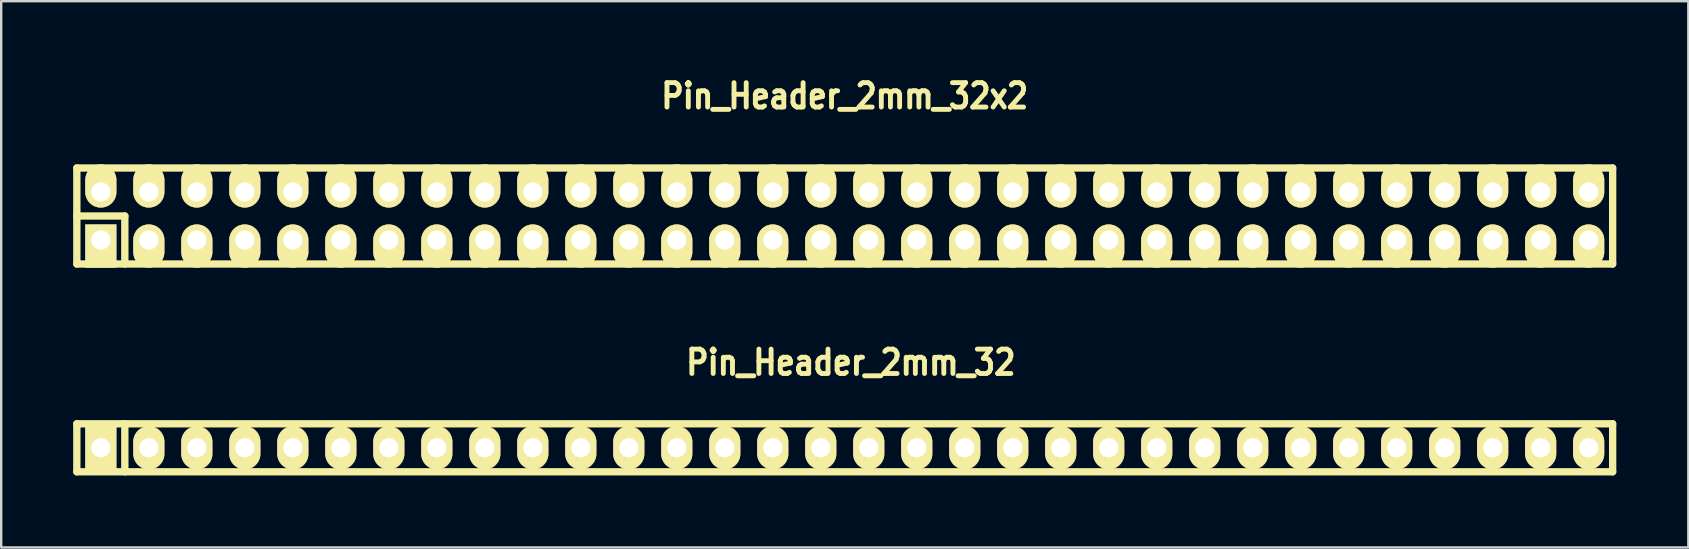
<source format=kicad_pcb>
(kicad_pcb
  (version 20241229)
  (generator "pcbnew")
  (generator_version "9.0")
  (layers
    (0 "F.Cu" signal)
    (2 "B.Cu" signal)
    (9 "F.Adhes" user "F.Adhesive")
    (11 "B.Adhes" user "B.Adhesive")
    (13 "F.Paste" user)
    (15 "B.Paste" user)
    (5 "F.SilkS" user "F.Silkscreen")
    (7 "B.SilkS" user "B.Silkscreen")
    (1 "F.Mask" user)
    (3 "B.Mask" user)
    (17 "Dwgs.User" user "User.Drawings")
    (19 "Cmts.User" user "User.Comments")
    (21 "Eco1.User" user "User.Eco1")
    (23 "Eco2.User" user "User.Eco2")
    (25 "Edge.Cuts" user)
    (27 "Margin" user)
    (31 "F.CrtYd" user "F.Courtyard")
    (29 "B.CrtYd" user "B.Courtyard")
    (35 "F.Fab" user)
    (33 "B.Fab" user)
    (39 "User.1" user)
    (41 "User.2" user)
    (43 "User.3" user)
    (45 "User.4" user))
  (footprint "Pin_Header_2mm_32"
    (layer "F.Cu")
    (at 32.152 15.61)
    (property "Reference" "Pin_Header_2mm_32" (at 0.254 -3.556 0) (layer "F.SilkS") (effects (font (size 1.016 0.889) (thickness 0.203))))
    (attr through_hole)
    (fp_line (start -32 -1) (end 32 -1) (stroke (width 0.305) (type solid)) (layer "F.SilkS"))
    (fp_line (start -32 1) (end -32 -1) (stroke (width 0.305) (type solid)) (layer "F.SilkS"))
    (fp_line (start -30 -1) (end -30 1) (stroke (width 0.305) (type solid)) (layer "F.SilkS"))
    (fp_line (start 32 -1) (end 32 1) (stroke (width 0.305) (type solid)) (layer "F.SilkS"))
    (fp_line (start 32 1) (end -32 1) (stroke (width 0.305) (type solid)) (layer "F.SilkS"))
    (pad "1" thru_hole rect (at -31 0) (size 1.3 1.8) (drill 0.8) (layers "*.Cu" "*.Mask" "F.SilkS"))
    (pad "2" thru_hole oval (at -29 0) (size 1.3 1.8) (drill 0.8) (layers "*.Cu" "*.Mask" "F.SilkS"))
    (pad "3" thru_hole oval (at -27 0) (size 1.3 1.8) (drill 0.8) (layers "*.Cu" "*.Mask" "F.SilkS"))
    (pad "4" thru_hole oval (at -25 0) (size 1.3 1.8) (drill 0.8) (layers "*.Cu" "*.Mask" "F.SilkS"))
    (pad "5" thru_hole oval (at -23 0) (size 1.3 1.8) (drill 0.8) (layers "*.Cu" "*.Mask" "F.SilkS"))
    (pad "6" thru_hole oval (at -21 0) (size 1.3 1.8) (drill 0.8) (layers "*.Cu" "*.Mask" "F.SilkS"))
    (pad "7" thru_hole oval (at -19 0) (size 1.3 1.8) (drill 0.8) (layers "*.Cu" "*.Mask" "F.SilkS"))
    (pad "8" thru_hole oval (at -17 0) (size 1.3 1.8) (drill 0.8) (layers "*.Cu" "*.Mask" "F.SilkS"))
    (pad "9" thru_hole oval (at -15 0) (size 1.3 1.8) (drill 0.8) (layers "*.Cu" "*.Mask" "F.SilkS"))
    (pad "10" thru_hole oval (at -13 0) (size 1.3 1.8) (drill 0.8) (layers "*.Cu" "*.Mask" "F.SilkS"))
    (pad "11" thru_hole oval (at -11 0) (size 1.3 1.8) (drill 0.8) (layers "*.Cu" "*.Mask" "F.SilkS"))
    (pad "12" thru_hole oval (at -9 0) (size 1.3 1.8) (drill 0.8) (layers "*.Cu" "*.Mask" "F.SilkS"))
    (pad "13" thru_hole oval (at -7 0) (size 1.3 1.8) (drill 0.8) (layers "*.Cu" "*.Mask" "F.SilkS"))
    (pad "14" thru_hole oval (at -5 0) (size 1.3 1.8) (drill 0.8) (layers "*.Cu" "*.Mask" "F.SilkS"))
    (pad "15" thru_hole oval (at -3 0) (size 1.3 1.8) (drill 0.8) (layers "*.Cu" "*.Mask" "F.SilkS"))
    (pad "16" thru_hole oval (at -1 0) (size 1.3 1.8) (drill 0.8) (layers "*.Cu" "*.Mask" "F.SilkS"))
    (pad "17" thru_hole oval (at 1 0) (size 1.3 1.8) (drill 0.8) (layers "*.Cu" "*.Mask" "F.SilkS"))
    (pad "18" thru_hole oval (at 3 0) (size 1.3 1.8) (drill 0.8) (layers "*.Cu" "*.Mask" "F.SilkS"))
    (pad "19" thru_hole oval (at 5 0) (size 1.3 1.8) (drill 0.8) (layers "*.Cu" "*.Mask" "F.SilkS"))
    (pad "20" thru_hole oval (at 7 0) (size 1.3 1.8) (drill 0.8) (layers "*.Cu" "*.Mask" "F.SilkS"))
    (pad "21" thru_hole oval (at 9 0) (size 1.3 1.8) (drill 0.8) (layers "*.Cu" "*.Mask" "F.SilkS"))
    (pad "22" thru_hole oval (at 11 0) (size 1.3 1.8) (drill 0.8) (layers "*.Cu" "*.Mask" "F.SilkS"))
    (pad "23" thru_hole oval (at 13 0) (size 1.3 1.8) (drill 0.8) (layers "*.Cu" "*.Mask" "F.SilkS"))
    (pad "24" thru_hole oval (at 15 0) (size 1.3 1.8) (drill 0.8) (layers "*.Cu" "*.Mask" "F.SilkS"))
    (pad "25" thru_hole oval (at 17 0) (size 1.3 1.8) (drill 0.8) (layers "*.Cu" "*.Mask" "F.SilkS"))
    (pad "26" thru_hole oval (at 19 0) (size 1.3 1.8) (drill 0.8) (layers "*.Cu" "*.Mask" "F.SilkS"))
    (pad "27" thru_hole oval (at 21 0) (size 1.3 1.8) (drill 0.8) (layers "*.Cu" "*.Mask" "F.SilkS"))
    (pad "28" thru_hole oval (at 23 0) (size 1.3 1.8) (drill 0.8) (layers "*.Cu" "*.Mask" "F.SilkS"))
    (pad "29" thru_hole oval (at 25 0) (size 1.3 1.8) (drill 0.8) (layers "*.Cu" "*.Mask" "F.SilkS"))
    (pad "30" thru_hole oval (at 27 0) (size 1.3 1.8) (drill 0.8) (layers "*.Cu" "*.Mask" "F.SilkS"))
    (pad "31" thru_hole oval (at 29 0) (size 1.3 1.8) (drill 0.8) (layers "*.Cu" "*.Mask" "F.SilkS"))
    (pad "32" thru_hole oval (at 31 0) (size 1.3 1.8) (drill 0.8) (layers "*.Cu" "*.Mask" "F.SilkS")))
  (footprint "Pin_Header_2mm_32x2"
    (layer "F.Cu")
    (at 32.152 5.951)
    (property "Reference" "Pin_Header_2mm_32x2" (at 0 -5 0) (layer "F.SilkS") (effects (font (size 1.016 0.889) (thickness 0.203))))
    (attr through_hole)
    (fp_line (start -32 -2) (end 32 -2) (stroke (width 0.305) (type solid)) (layer "F.SilkS"))
    (fp_line (start -32 0) (end -30 0) (stroke (width 0.305) (type solid)) (layer "F.SilkS"))
    (fp_line (start -32 2) (end -32 -2) (stroke (width 0.305) (type solid)) (layer "F.SilkS"))
    (fp_line (start -30 0) (end -30 2) (stroke (width 0.305) (type solid)) (layer "F.SilkS"))
    (fp_line (start 32 -2) (end 32 2) (stroke (width 0.305) (type solid)) (layer "F.SilkS"))
    (fp_line (start 32 2) (end -32 2) (stroke (width 0.305) (type solid)) (layer "F.SilkS"))
    (pad "1" thru_hole rect (at -31 1) (size 1.3 1.8) (drill 0.8 (offset 0 0.25)) (layers "*.Cu" "*.Mask" "F.SilkS"))
    (pad "2" thru_hole oval (at -31 -1) (size 1.3 1.8) (drill 0.8 (offset 0 -0.25)) (layers "*.Cu" "*.Mask" "F.SilkS"))
    (pad "3" thru_hole oval (at -29 1) (size 1.3 1.8) (drill 0.8 (offset 0 0.25)) (layers "*.Cu" "*.Mask" "F.SilkS"))
    (pad "4" thru_hole oval (at -29 -1) (size 1.3 1.8) (drill 0.8 (offset 0 -0.25)) (layers "*.Cu" "*.Mask" "F.SilkS"))
    (pad "5" thru_hole oval (at -27 1) (size 1.3 1.8) (drill 0.8 (offset 0 0.25)) (layers "*.Cu" "*.Mask" "F.SilkS"))
    (pad "6" thru_hole oval (at -27 -1) (size 1.3 1.8) (drill 0.8 (offset 0 -0.25)) (layers "*.Cu" "*.Mask" "F.SilkS"))
    (pad "7" thru_hole oval (at -25 1) (size 1.3 1.8) (drill 0.8 (offset 0 0.25)) (layers "*.Cu" "*.Mask" "F.SilkS"))
    (pad "8" thru_hole oval (at -25 -1) (size 1.3 1.8) (drill 0.8 (offset 0 -0.25)) (layers "*.Cu" "*.Mask" "F.SilkS"))
    (pad "9" thru_hole oval (at -23 1) (size 1.3 1.8) (drill 0.8 (offset 0 0.25)) (layers "*.Cu" "*.Mask" "F.SilkS"))
    (pad "10" thru_hole oval (at -23 -1) (size 1.3 1.8) (drill 0.8 (offset 0 -0.25)) (layers "*.Cu" "*.Mask" "F.SilkS"))
    (pad "11" thru_hole oval (at -21 1) (size 1.3 1.8) (drill 0.8 (offset 0 0.25)) (layers "*.Cu" "*.Mask" "F.SilkS"))
    (pad "12" thru_hole oval (at -21 -1) (size 1.3 1.8) (drill 0.8 (offset 0 -0.25)) (layers "*.Cu" "*.Mask" "F.SilkS"))
    (pad "13" thru_hole oval (at -19 1) (size 1.3 1.8) (drill 0.8 (offset 0 0.25)) (layers "*.Cu" "*.Mask" "F.SilkS"))
    (pad "14" thru_hole oval (at -19 -1) (size 1.3 1.8) (drill 0.8 (offset 0 -0.25)) (layers "*.Cu" "*.Mask" "F.SilkS"))
    (pad "15" thru_hole oval (at -17 1) (size 1.3 1.8) (drill 0.8 (offset 0 0.25)) (layers "*.Cu" "*.Mask" "F.SilkS"))
    (pad "16" thru_hole oval (at -17 -1) (size 1.3 1.8) (drill 0.8 (offset 0 -0.25)) (layers "*.Cu" "*.Mask" "F.SilkS"))
    (pad "17" thru_hole oval (at -15 1) (size 1.3 1.8) (drill 0.8 (offset 0 0.25)) (layers "*.Cu" "*.Mask" "F.SilkS"))
    (pad "18" thru_hole oval (at -15 -1) (size 1.3 1.8) (drill 0.8 (offset 0 -0.25)) (layers "*.Cu" "*.Mask" "F.SilkS"))
    (pad "19" thru_hole oval (at -13 1) (size 1.3 1.8) (drill 0.8 (offset 0 0.25)) (layers "*.Cu" "*.Mask" "F.SilkS"))
    (pad "20" thru_hole oval (at -13 -1) (size 1.3 1.8) (drill 0.8 (offset 0 -0.25)) (layers "*.Cu" "*.Mask" "F.SilkS"))
    (pad "21" thru_hole oval (at -11 1) (size 1.3 1.8) (drill 0.8 (offset 0 0.25)) (layers "*.Cu" "*.Mask" "F.SilkS"))
    (pad "22" thru_hole oval (at -11 -1) (size 1.3 1.8) (drill 0.8 (offset 0 -0.25)) (layers "*.Cu" "*.Mask" "F.SilkS"))
    (pad "23" thru_hole oval (at -9 1) (size 1.3 1.8) (drill 0.8 (offset 0 0.25)) (layers "*.Cu" "*.Mask" "F.SilkS"))
    (pad "24" thru_hole oval (at -9 -1) (size 1.3 1.8) (drill 0.8 (offset 0 -0.25)) (layers "*.Cu" "*.Mask" "F.SilkS"))
    (pad "25" thru_hole oval (at -7 1) (size 1.3 1.8) (drill 0.8 (offset 0 0.25)) (layers "*.Cu" "*.Mask" "F.SilkS"))
    (pad "26" thru_hole oval (at -7 -1) (size 1.3 1.8) (drill 0.8 (offset 0 -0.25)) (layers "*.Cu" "*.Mask" "F.SilkS"))
    (pad "27" thru_hole oval (at -5 1) (size 1.3 1.8) (drill 0.8 (offset 0 0.25)) (layers "*.Cu" "*.Mask" "F.SilkS"))
    (pad "28" thru_hole oval (at -5 -1) (size 1.3 1.8) (drill 0.8 (offset 0 -0.25)) (layers "*.Cu" "*.Mask" "F.SilkS"))
    (pad "29" thru_hole oval (at -3 1) (size 1.3 1.8) (drill 0.8 (offset 0 0.25)) (layers "*.Cu" "*.Mask" "F.SilkS"))
    (pad "30" thru_hole oval (at -3 -1) (size 1.3 1.8) (drill 0.8 (offset 0 -0.25)) (layers "*.Cu" "*.Mask" "F.SilkS"))
    (pad "31" thru_hole oval (at -1 1) (size 1.3 1.8) (drill 0.8 (offset 0 0.25)) (layers "*.Cu" "*.Mask" "F.SilkS"))
    (pad "32" thru_hole oval (at -1 -1) (size 1.3 1.8) (drill 0.8 (offset 0 -0.25)) (layers "*.Cu" "*.Mask" "F.SilkS"))
    (pad "33" thru_hole oval (at 1 1) (size 1.3 1.8) (drill 0.8 (offset 0 0.25)) (layers "*.Cu" "*.Mask" "F.SilkS"))
    (pad "34" thru_hole oval (at 1 -1) (size 1.3 1.8) (drill 0.8 (offset 0 -0.25)) (layers "*.Cu" "*.Mask" "F.SilkS"))
    (pad "35" thru_hole oval (at 3 1) (size 1.3 1.8) (drill 0.8 (offset 0 0.25)) (layers "*.Cu" "*.Mask" "F.SilkS"))
    (pad "36" thru_hole oval (at 3 -1) (size 1.3 1.8) (drill 0.8 (offset 0 -0.25)) (layers "*.Cu" "*.Mask" "F.SilkS"))
    (pad "37" thru_hole oval (at 5 1) (size 1.3 1.8) (drill 0.8 (offset 0 0.25)) (layers "*.Cu" "*.Mask" "F.SilkS"))
    (pad "38" thru_hole oval (at 5 -1) (size 1.3 1.8) (drill 0.8 (offset 0 -0.25)) (layers "*.Cu" "*.Mask" "F.SilkS"))
    (pad "39" thru_hole oval (at 7 1) (size 1.3 1.8) (drill 0.8 (offset 0 0.25)) (layers "*.Cu" "*.Mask" "F.SilkS"))
    (pad "40" thru_hole oval (at 7 -1) (size 1.3 1.8) (drill 0.8 (offset 0 -0.25)) (layers "*.Cu" "*.Mask" "F.SilkS"))
    (pad "41" thru_hole oval (at 9 1) (size 1.3 1.8) (drill 0.8 (offset 0 0.25)) (layers "*.Cu" "*.Mask" "F.SilkS"))
    (pad "42" thru_hole oval (at 9 -1) (size 1.3 1.8) (drill 0.8 (offset 0 -0.25)) (layers "*.Cu" "*.Mask" "F.SilkS"))
    (pad "43" thru_hole oval (at 11 1) (size 1.3 1.8) (drill 0.8 (offset 0 0.25)) (layers "*.Cu" "*.Mask" "F.SilkS"))
    (pad "44" thru_hole oval (at 11 -1) (size 1.3 1.8) (drill 0.8 (offset 0 -0.25)) (layers "*.Cu" "*.Mask" "F.SilkS"))
    (pad "45" thru_hole oval (at 13 1) (size 1.3 1.8) (drill 0.8 (offset 0 0.25)) (layers "*.Cu" "*.Mask" "F.SilkS"))
    (pad "46" thru_hole oval (at 13 -1) (size 1.3 1.8) (drill 0.8 (offset 0 -0.25)) (layers "*.Cu" "*.Mask" "F.SilkS"))
    (pad "47" thru_hole oval (at 15 1) (size 1.3 1.8) (drill 0.8 (offset 0 0.25)) (layers "*.Cu" "*.Mask" "F.SilkS"))
    (pad "48" thru_hole oval (at 15 -1) (size 1.3 1.8) (drill 0.8 (offset 0 -0.25)) (layers "*.Cu" "*.Mask" "F.SilkS"))
    (pad "49" thru_hole oval (at 17 1) (size 1.3 1.8) (drill 0.8 (offset 0 0.25)) (layers "*.Cu" "*.Mask" "F.SilkS"))
    (pad "50" thru_hole oval (at 17 -1) (size 1.3 1.8) (drill 0.8 (offset 0 -0.25)) (layers "*.Cu" "*.Mask" "F.SilkS"))
    (pad "51" thru_hole oval (at 19 1) (size 1.3 1.8) (drill 0.8 (offset 0 0.25)) (layers "*.Cu" "*.Mask" "F.SilkS"))
    (pad "52" thru_hole oval (at 19 -1) (size 1.3 1.8) (drill 0.8 (offset 0 -0.25)) (layers "*.Cu" "*.Mask" "F.SilkS"))
    (pad "53" thru_hole oval (at 21 1) (size 1.3 1.8) (drill 0.8 (offset 0 0.25)) (layers "*.Cu" "*.Mask" "F.SilkS"))
    (pad "54" thru_hole oval (at 21 -1) (size 1.3 1.8) (drill 0.8 (offset 0 -0.25)) (layers "*.Cu" "*.Mask" "F.SilkS"))
    (pad "55" thru_hole oval (at 23 1) (size 1.3 1.8) (drill 0.8 (offset 0 0.25)) (layers "*.Cu" "*.Mask" "F.SilkS"))
    (pad "56" thru_hole oval (at 23 -1) (size 1.3 1.8) (drill 0.8 (offset 0 -0.25)) (layers "*.Cu" "*.Mask" "F.SilkS"))
    (pad "57" thru_hole oval (at 25 1) (size 1.3 1.8) (drill 0.8 (offset 0 0.25)) (layers "*.Cu" "*.Mask" "F.SilkS"))
    (pad "58" thru_hole oval (at 25 -1) (size 1.3 1.8) (drill 0.8 (offset 0 -0.25)) (layers "*.Cu" "*.Mask" "F.SilkS"))
    (pad "59" thru_hole oval (at 27 1) (size 1.3 1.8) (drill 0.8 (offset 0 0.25)) (layers "*.Cu" "*.Mask" "F.SilkS"))
    (pad "60" thru_hole oval (at 27 -1) (size 1.3 1.8) (drill 0.8 (offset 0 -0.25)) (layers "*.Cu" "*.Mask" "F.SilkS"))
    (pad "61" thru_hole oval (at 29 1) (size 1.3 1.8) (drill 0.8 (offset 0 0.25)) (layers "*.Cu" "*.Mask" "F.SilkS"))
    (pad "62" thru_hole oval (at 29 -1) (size 1.3 1.8) (drill 0.8 (offset 0 -0.25)) (layers "*.Cu" "*.Mask" "F.SilkS"))
    (pad "63" thru_hole oval (at 31 1) (size 1.3 1.8) (drill 0.8 (offset 0 0.25)) (layers "*.Cu" "*.Mask" "F.SilkS"))
    (pad "64" thru_hole oval (at 31 -1) (size 1.3 1.8) (drill 0.8 (offset 0 -0.25)) (layers "*.Cu" "*.Mask" "F.SilkS")))
  (gr_rect
    (start -3 -3)
    (end 67.305 19.763)
    (stroke (width 0.1) (type default))
    (fill no)
    (layer "Edge.Cuts")))
</source>
